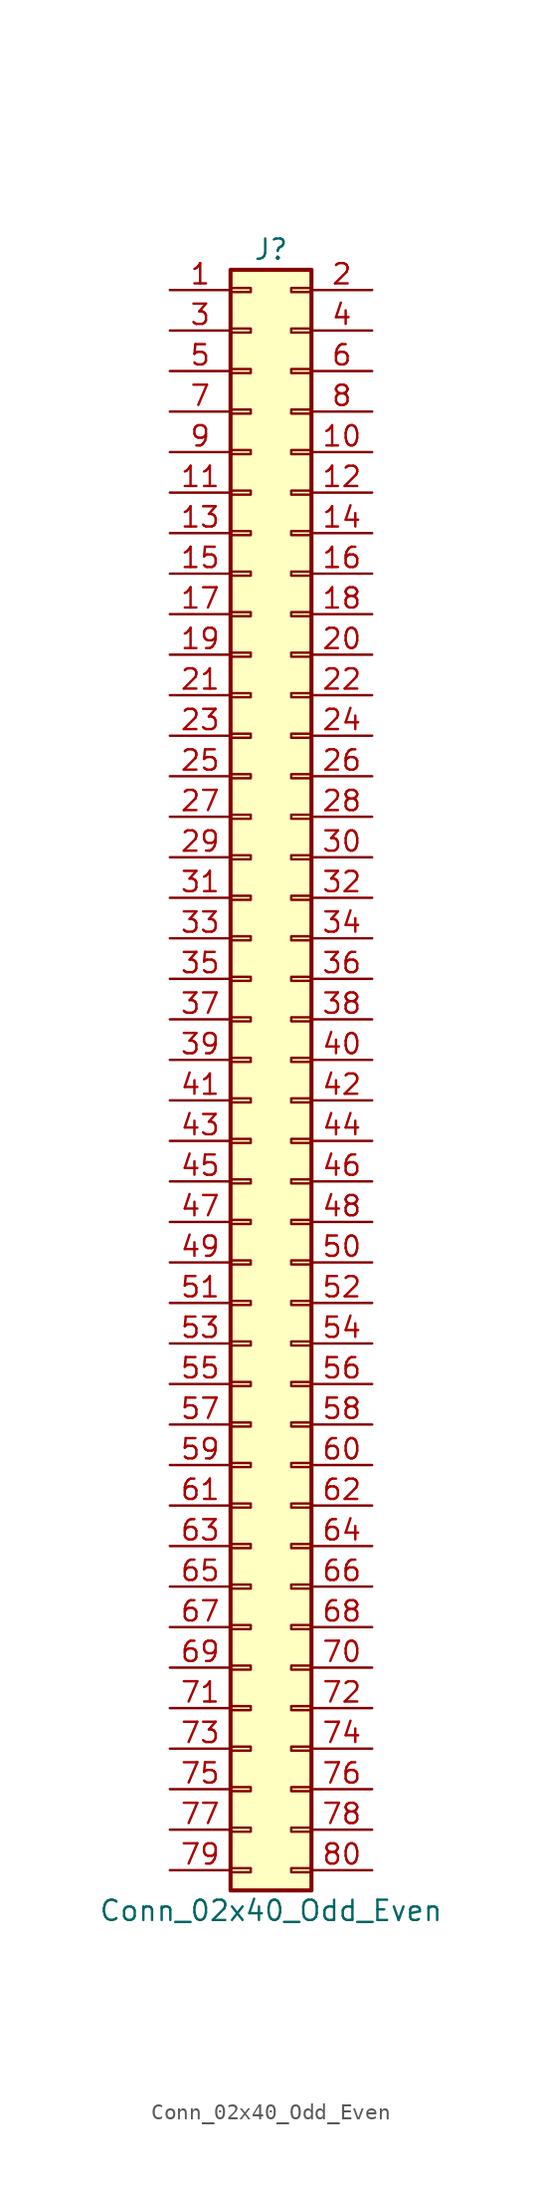
<source format=kicad_sym>
(kicad_symbol_lib
  (version 20220914)
  (generator kicad_symbol_editor)
  (symbol "Conn_02x40_Odd_Even"
    (pin_names
      (offset 1.016) hide)
    (property "Reference" "J"
      (at 1.27 50.8 0)
      (effects (font (size 1.27 1.27))))
    (property "Value" "Conn_02x40_Odd_Even"
      (at 1.27 -53.34 0)
      (effects (font (size 1.27 1.27))))
    (symbol "Conn_02x40_Odd_Even_1_1"
      (rectangle (start -1.27 -50.673) (end 0 -50.927) (stroke (width 0.152) (type solid)) (fill (type none)))
      (rectangle (start -1.27 -48.133) (end 0 -48.387) (stroke (width 0.152) (type solid)) (fill (type none)))
      (rectangle (start -1.27 -45.593) (end 0 -45.847) (stroke (width 0.152) (type solid)) (fill (type none)))
      (rectangle (start -1.27 -43.053) (end 0 -43.307) (stroke (width 0.152) (type solid)) (fill (type none)))
      (rectangle (start -1.27 -40.513) (end 0 -40.767) (stroke (width 0.152) (type solid)) (fill (type none)))
      (rectangle (start -1.27 -37.973) (end 0 -38.227) (stroke (width 0.152) (type solid)) (fill (type none)))
      (rectangle (start -1.27 -35.433) (end 0 -35.687) (stroke (width 0.152) (type solid)) (fill (type none)))
      (rectangle (start -1.27 -32.893) (end 0 -33.147) (stroke (width 0.152) (type solid)) (fill (type none)))
      (rectangle (start -1.27 -30.353) (end 0 -30.607) (stroke (width 0.152) (type solid)) (fill (type none)))
      (rectangle (start -1.27 -27.813) (end 0 -28.067) (stroke (width 0.152) (type solid)) (fill (type none)))
      (rectangle (start -1.27 -25.273) (end 0 -25.527) (stroke (width 0.152) (type solid)) (fill (type none)))
      (rectangle (start -1.27 -22.733) (end 0 -22.987) (stroke (width 0.152) (type solid)) (fill (type none)))
      (rectangle (start -1.27 -20.193) (end 0 -20.447) (stroke (width 0.152) (type solid)) (fill (type none)))
      (rectangle (start -1.27 -17.653) (end 0 -17.907) (stroke (width 0.152) (type solid)) (fill (type none)))
      (rectangle (start -1.27 -15.113) (end 0 -15.367) (stroke (width 0.152) (type solid)) (fill (type none)))
      (rectangle (start -1.27 -12.573) (end 0 -12.827) (stroke (width 0.152) (type solid)) (fill (type none)))
      (rectangle (start -1.27 -10.033) (end 0 -10.287) (stroke (width 0.152) (type solid)) (fill (type none)))
      (rectangle (start -1.27 -7.493) (end 0 -7.747) (stroke (width 0.152) (type solid)) (fill (type none)))
      (rectangle (start -1.27 -4.953) (end 0 -5.207) (stroke (width 0.152) (type solid)) (fill (type none)))
      (rectangle (start -1.27 -2.413) (end 0 -2.667) (stroke (width 0.152) (type solid)) (fill (type none)))
      (rectangle (start -1.27 0.127) (end 0 -0.127) (stroke (width 0.152) (type solid)) (fill (type none)))
      (rectangle (start -1.27 2.667) (end 0 2.413) (stroke (width 0.152) (type solid)) (fill (type none)))
      (rectangle (start -1.27 5.207) (end 0 4.953) (stroke (width 0.152) (type solid)) (fill (type none)))
      (rectangle (start -1.27 7.747) (end 0 7.493) (stroke (width 0.152) (type solid)) (fill (type none)))
      (rectangle (start -1.27 10.287) (end 0 10.033) (stroke (width 0.152) (type solid)) (fill (type none)))
      (rectangle (start -1.27 12.827) (end 0 12.573) (stroke (width 0.152) (type solid)) (fill (type none)))
      (rectangle (start -1.27 15.367) (end 0 15.113) (stroke (width 0.152) (type solid)) (fill (type none)))
      (rectangle (start -1.27 17.907) (end 0 17.653) (stroke (width 0.152) (type solid)) (fill (type none)))
      (rectangle (start -1.27 20.447) (end 0 20.193) (stroke (width 0.152) (type solid)) (fill (type none)))
      (rectangle (start -1.27 22.987) (end 0 22.733) (stroke (width 0.152) (type solid)) (fill (type none)))
      (rectangle (start -1.27 25.527) (end 0 25.273) (stroke (width 0.152) (type solid)) (fill (type none)))
      (rectangle (start -1.27 28.067) (end 0 27.813) (stroke (width 0.152) (type solid)) (fill (type none)))
      (rectangle (start -1.27 30.607) (end 0 30.353) (stroke (width 0.152) (type solid)) (fill (type none)))
      (rectangle (start -1.27 33.147) (end 0 32.893) (stroke (width 0.152) (type solid)) (fill (type none)))
      (rectangle (start -1.27 35.687) (end 0 35.433) (stroke (width 0.152) (type solid)) (fill (type none)))
      (rectangle (start -1.27 38.227) (end 0 37.973) (stroke (width 0.152) (type solid)) (fill (type none)))
      (rectangle (start -1.27 40.767) (end 0 40.513) (stroke (width 0.152) (type solid)) (fill (type none)))
      (rectangle (start -1.27 43.307) (end 0 43.053) (stroke (width 0.152) (type solid)) (fill (type none)))
      (rectangle (start -1.27 45.847) (end 0 45.593) (stroke (width 0.152) (type solid)) (fill (type none)))
      (rectangle (start -1.27 48.387) (end 0 48.133) (stroke (width 0.152) (type solid)) (fill (type none)))
      (rectangle (start -1.27 49.53) (end 3.81 -52.07) (stroke (width 0.254) (type solid)) (fill (type background)))
      (rectangle (start 3.81 -50.673) (end 2.54 -50.927) (stroke (width 0.152) (type solid)) (fill (type none)))
      (rectangle (start 3.81 -48.133) (end 2.54 -48.387) (stroke (width 0.152) (type solid)) (fill (type none)))
      (rectangle (start 3.81 -45.593) (end 2.54 -45.847) (stroke (width 0.152) (type solid)) (fill (type none)))
      (rectangle (start 3.81 -43.053) (end 2.54 -43.307) (stroke (width 0.152) (type solid)) (fill (type none)))
      (rectangle (start 3.81 -40.513) (end 2.54 -40.767) (stroke (width 0.152) (type solid)) (fill (type none)))
      (rectangle (start 3.81 -37.973) (end 2.54 -38.227) (stroke (width 0.152) (type solid)) (fill (type none)))
      (rectangle (start 3.81 -35.433) (end 2.54 -35.687) (stroke (width 0.152) (type solid)) (fill (type none)))
      (rectangle (start 3.81 -32.893) (end 2.54 -33.147) (stroke (width 0.152) (type solid)) (fill (type none)))
      (rectangle (start 3.81 -30.353) (end 2.54 -30.607) (stroke (width 0.152) (type solid)) (fill (type none)))
      (rectangle (start 3.81 -27.813) (end 2.54 -28.067) (stroke (width 0.152) (type solid)) (fill (type none)))
      (rectangle (start 3.81 -25.273) (end 2.54 -25.527) (stroke (width 0.152) (type solid)) (fill (type none)))
      (rectangle (start 3.81 -22.733) (end 2.54 -22.987) (stroke (width 0.152) (type solid)) (fill (type none)))
      (rectangle (start 3.81 -20.193) (end 2.54 -20.447) (stroke (width 0.152) (type solid)) (fill (type none)))
      (rectangle (start 3.81 -17.653) (end 2.54 -17.907) (stroke (width 0.152) (type solid)) (fill (type none)))
      (rectangle (start 3.81 -15.113) (end 2.54 -15.367) (stroke (width 0.152) (type solid)) (fill (type none)))
      (rectangle (start 3.81 -12.573) (end 2.54 -12.827) (stroke (width 0.152) (type solid)) (fill (type none)))
      (rectangle (start 3.81 -10.033) (end 2.54 -10.287) (stroke (width 0.152) (type solid)) (fill (type none)))
      (rectangle (start 3.81 -7.493) (end 2.54 -7.747) (stroke (width 0.152) (type solid)) (fill (type none)))
      (rectangle (start 3.81 -4.953) (end 2.54 -5.207) (stroke (width 0.152) (type solid)) (fill (type none)))
      (rectangle (start 3.81 -2.413) (end 2.54 -2.667) (stroke (width 0.152) (type solid)) (fill (type none)))
      (rectangle (start 3.81 0.127) (end 2.54 -0.127) (stroke (width 0.152) (type solid)) (fill (type none)))
      (rectangle (start 3.81 2.667) (end 2.54 2.413) (stroke (width 0.152) (type solid)) (fill (type none)))
      (rectangle (start 3.81 5.207) (end 2.54 4.953) (stroke (width 0.152) (type solid)) (fill (type none)))
      (rectangle (start 3.81 7.747) (end 2.54 7.493) (stroke (width 0.152) (type solid)) (fill (type none)))
      (rectangle (start 3.81 10.287) (end 2.54 10.033) (stroke (width 0.152) (type solid)) (fill (type none)))
      (rectangle (start 3.81 12.827) (end 2.54 12.573) (stroke (width 0.152) (type solid)) (fill (type none)))
      (rectangle (start 3.81 15.367) (end 2.54 15.113) (stroke (width 0.152) (type solid)) (fill (type none)))
      (rectangle (start 3.81 17.907) (end 2.54 17.653) (stroke (width 0.152) (type solid)) (fill (type none)))
      (rectangle (start 3.81 20.447) (end 2.54 20.193) (stroke (width 0.152) (type solid)) (fill (type none)))
      (rectangle (start 3.81 22.987) (end 2.54 22.733) (stroke (width 0.152) (type solid)) (fill (type none)))
      (rectangle (start 3.81 25.527) (end 2.54 25.273) (stroke (width 0.152) (type solid)) (fill (type none)))
      (rectangle (start 3.81 28.067) (end 2.54 27.813) (stroke (width 0.152) (type solid)) (fill (type none)))
      (rectangle (start 3.81 30.607) (end 2.54 30.353) (stroke (width 0.152) (type solid)) (fill (type none)))
      (rectangle (start 3.81 33.147) (end 2.54 32.893) (stroke (width 0.152) (type solid)) (fill (type none)))
      (rectangle (start 3.81 35.687) (end 2.54 35.433) (stroke (width 0.152) (type solid)) (fill (type none)))
      (rectangle (start 3.81 38.227) (end 2.54 37.973) (stroke (width 0.152) (type solid)) (fill (type none)))
      (rectangle (start 3.81 40.767) (end 2.54 40.513) (stroke (width 0.152) (type solid)) (fill (type none)))
      (rectangle (start 3.81 43.307) (end 2.54 43.053) (stroke (width 0.152) (type solid)) (fill (type none)))
      (rectangle (start 3.81 45.847) (end 2.54 45.593) (stroke (width 0.152) (type solid)) (fill (type none)))
      (rectangle (start 3.81 48.387) (end 2.54 48.133) (stroke (width 0.152) (type solid)) (fill (type none)))
      (pin passive line (at -5.08 48.26 0) (length 3.81) (name "Pin_1" (effects (font (size 1.27 1.27)))) (number "1" (effects (font (size 1.27 1.27)))))
      (pin passive line (at 7.62 38.1 180) (length 3.81) (name "Pin_10" (effects (font (size 1.27 1.27)))) (number "10" (effects (font (size 1.27 1.27)))))
      (pin passive line (at -5.08 35.56 0) (length 3.81) (name "Pin_11" (effects (font (size 1.27 1.27)))) (number "11" (effects (font (size 1.27 1.27)))))
      (pin passive line (at 7.62 35.56 180) (length 3.81) (name "Pin_12" (effects (font (size 1.27 1.27)))) (number "12" (effects (font (size 1.27 1.27)))))
      (pin passive line (at -5.08 33.02 0) (length 3.81) (name "Pin_13" (effects (font (size 1.27 1.27)))) (number "13" (effects (font (size 1.27 1.27)))))
      (pin passive line (at 7.62 33.02 180) (length 3.81) (name "Pin_14" (effects (font (size 1.27 1.27)))) (number "14" (effects (font (size 1.27 1.27)))))
      (pin passive line (at -5.08 30.48 0) (length 3.81) (name "Pin_15" (effects (font (size 1.27 1.27)))) (number "15" (effects (font (size 1.27 1.27)))))
      (pin passive line (at 7.62 30.48 180) (length 3.81) (name "Pin_16" (effects (font (size 1.27 1.27)))) (number "16" (effects (font (size 1.27 1.27)))))
      (pin passive line (at -5.08 27.94 0) (length 3.81) (name "Pin_17" (effects (font (size 1.27 1.27)))) (number "17" (effects (font (size 1.27 1.27)))))
      (pin passive line (at 7.62 27.94 180) (length 3.81) (name "Pin_18" (effects (font (size 1.27 1.27)))) (number "18" (effects (font (size 1.27 1.27)))))
      (pin passive line (at -5.08 25.4 0) (length 3.81) (name "Pin_19" (effects (font (size 1.27 1.27)))) (number "19" (effects (font (size 1.27 1.27)))))
      (pin passive line (at 7.62 48.26 180) (length 3.81) (name "Pin_2" (effects (font (size 1.27 1.27)))) (number "2" (effects (font (size 1.27 1.27)))))
      (pin passive line (at 7.62 25.4 180) (length 3.81) (name "Pin_20" (effects (font (size 1.27 1.27)))) (number "20" (effects (font (size 1.27 1.27)))))
      (pin passive line (at -5.08 22.86 0) (length 3.81) (name "Pin_21" (effects (font (size 1.27 1.27)))) (number "21" (effects (font (size 1.27 1.27)))))
      (pin passive line (at 7.62 22.86 180) (length 3.81) (name "Pin_22" (effects (font (size 1.27 1.27)))) (number "22" (effects (font (size 1.27 1.27)))))
      (pin passive line (at -5.08 20.32 0) (length 3.81) (name "Pin_23" (effects (font (size 1.27 1.27)))) (number "23" (effects (font (size 1.27 1.27)))))
      (pin passive line (at 7.62 20.32 180) (length 3.81) (name "Pin_24" (effects (font (size 1.27 1.27)))) (number "24" (effects (font (size 1.27 1.27)))))
      (pin passive line (at -5.08 17.78 0) (length 3.81) (name "Pin_25" (effects (font (size 1.27 1.27)))) (number "25" (effects (font (size 1.27 1.27)))))
      (pin passive line (at 7.62 17.78 180) (length 3.81) (name "Pin_26" (effects (font (size 1.27 1.27)))) (number "26" (effects (font (size 1.27 1.27)))))
      (pin passive line (at -5.08 15.24 0) (length 3.81) (name "Pin_27" (effects (font (size 1.27 1.27)))) (number "27" (effects (font (size 1.27 1.27)))))
      (pin passive line (at 7.62 15.24 180) (length 3.81) (name "Pin_28" (effects (font (size 1.27 1.27)))) (number "28" (effects (font (size 1.27 1.27)))))
      (pin passive line (at -5.08 12.7 0) (length 3.81) (name "Pin_29" (effects (font (size 1.27 1.27)))) (number "29" (effects (font (size 1.27 1.27)))))
      (pin passive line (at -5.08 45.72 0) (length 3.81) (name "Pin_3" (effects (font (size 1.27 1.27)))) (number "3" (effects (font (size 1.27 1.27)))))
      (pin passive line (at 7.62 12.7 180) (length 3.81) (name "Pin_30" (effects (font (size 1.27 1.27)))) (number "30" (effects (font (size 1.27 1.27)))))
      (pin passive line (at -5.08 10.16 0) (length 3.81) (name "Pin_31" (effects (font (size 1.27 1.27)))) (number "31" (effects (font (size 1.27 1.27)))))
      (pin passive line (at 7.62 10.16 180) (length 3.81) (name "Pin_32" (effects (font (size 1.27 1.27)))) (number "32" (effects (font (size 1.27 1.27)))))
      (pin passive line (at -5.08 7.62 0) (length 3.81) (name "Pin_33" (effects (font (size 1.27 1.27)))) (number "33" (effects (font (size 1.27 1.27)))))
      (pin passive line (at 7.62 7.62 180) (length 3.81) (name "Pin_34" (effects (font (size 1.27 1.27)))) (number "34" (effects (font (size 1.27 1.27)))))
      (pin passive line (at -5.08 5.08 0) (length 3.81) (name "Pin_35" (effects (font (size 1.27 1.27)))) (number "35" (effects (font (size 1.27 1.27)))))
      (pin passive line (at 7.62 5.08 180) (length 3.81) (name "Pin_36" (effects (font (size 1.27 1.27)))) (number "36" (effects (font (size 1.27 1.27)))))
      (pin passive line (at -5.08 2.54 0) (length 3.81) (name "Pin_37" (effects (font (size 1.27 1.27)))) (number "37" (effects (font (size 1.27 1.27)))))
      (pin passive line (at 7.62 2.54 180) (length 3.81) (name "Pin_38" (effects (font (size 1.27 1.27)))) (number "38" (effects (font (size 1.27 1.27)))))
      (pin passive line (at -5.08 0 0) (length 3.81) (name "Pin_39" (effects (font (size 1.27 1.27)))) (number "39" (effects (font (size 1.27 1.27)))))
      (pin passive line (at 7.62 45.72 180) (length 3.81) (name "Pin_4" (effects (font (size 1.27 1.27)))) (number "4" (effects (font (size 1.27 1.27)))))
      (pin passive line (at 7.62 0 180) (length 3.81) (name "Pin_40" (effects (font (size 1.27 1.27)))) (number "40" (effects (font (size 1.27 1.27)))))
      (pin passive line (at -5.08 -2.54 0) (length 3.81) (name "Pin_41" (effects (font (size 1.27 1.27)))) (number "41" (effects (font (size 1.27 1.27)))))
      (pin passive line (at 7.62 -2.54 180) (length 3.81) (name "Pin_42" (effects (font (size 1.27 1.27)))) (number "42" (effects (font (size 1.27 1.27)))))
      (pin passive line (at -5.08 -5.08 0) (length 3.81) (name "Pin_43" (effects (font (size 1.27 1.27)))) (number "43" (effects (font (size 1.27 1.27)))))
      (pin passive line (at 7.62 -5.08 180) (length 3.81) (name "Pin_44" (effects (font (size 1.27 1.27)))) (number "44" (effects (font (size 1.27 1.27)))))
      (pin passive line (at -5.08 -7.62 0) (length 3.81) (name "Pin_45" (effects (font (size 1.27 1.27)))) (number "45" (effects (font (size 1.27 1.27)))))
      (pin passive line (at 7.62 -7.62 180) (length 3.81) (name "Pin_46" (effects (font (size 1.27 1.27)))) (number "46" (effects (font (size 1.27 1.27)))))
      (pin passive line (at -5.08 -10.16 0) (length 3.81) (name "Pin_47" (effects (font (size 1.27 1.27)))) (number "47" (effects (font (size 1.27 1.27)))))
      (pin passive line (at 7.62 -10.16 180) (length 3.81) (name "Pin_48" (effects (font (size 1.27 1.27)))) (number "48" (effects (font (size 1.27 1.27)))))
      (pin passive line (at -5.08 -12.7 0) (length 3.81) (name "Pin_49" (effects (font (size 1.27 1.27)))) (number "49" (effects (font (size 1.27 1.27)))))
      (pin passive line (at -5.08 43.18 0) (length 3.81) (name "Pin_5" (effects (font (size 1.27 1.27)))) (number "5" (effects (font (size 1.27 1.27)))))
      (pin passive line (at 7.62 -12.7 180) (length 3.81) (name "Pin_50" (effects (font (size 1.27 1.27)))) (number "50" (effects (font (size 1.27 1.27)))))
      (pin passive line (at -5.08 -15.24 0) (length 3.81) (name "Pin_51" (effects (font (size 1.27 1.27)))) (number "51" (effects (font (size 1.27 1.27)))))
      (pin passive line (at 7.62 -15.24 180) (length 3.81) (name "Pin_52" (effects (font (size 1.27 1.27)))) (number "52" (effects (font (size 1.27 1.27)))))
      (pin passive line (at -5.08 -17.78 0) (length 3.81) (name "Pin_53" (effects (font (size 1.27 1.27)))) (number "53" (effects (font (size 1.27 1.27)))))
      (pin passive line (at 7.62 -17.78 180) (length 3.81) (name "Pin_54" (effects (font (size 1.27 1.27)))) (number "54" (effects (font (size 1.27 1.27)))))
      (pin passive line (at -5.08 -20.32 0) (length 3.81) (name "Pin_55" (effects (font (size 1.27 1.27)))) (number "55" (effects (font (size 1.27 1.27)))))
      (pin passive line (at 7.62 -20.32 180) (length 3.81) (name "Pin_56" (effects (font (size 1.27 1.27)))) (number "56" (effects (font (size 1.27 1.27)))))
      (pin passive line (at -5.08 -22.86 0) (length 3.81) (name "Pin_57" (effects (font (size 1.27 1.27)))) (number "57" (effects (font (size 1.27 1.27)))))
      (pin passive line (at 7.62 -22.86 180) (length 3.81) (name "Pin_58" (effects (font (size 1.27 1.27)))) (number "58" (effects (font (size 1.27 1.27)))))
      (pin passive line (at -5.08 -25.4 0) (length 3.81) (name "Pin_59" (effects (font (size 1.27 1.27)))) (number "59" (effects (font (size 1.27 1.27)))))
      (pin passive line (at 7.62 43.18 180) (length 3.81) (name "Pin_6" (effects (font (size 1.27 1.27)))) (number "6" (effects (font (size 1.27 1.27)))))
      (pin passive line (at 7.62 -25.4 180) (length 3.81) (name "Pin_60" (effects (font (size 1.27 1.27)))) (number "60" (effects (font (size 1.27 1.27)))))
      (pin passive line (at -5.08 -27.94 0) (length 3.81) (name "Pin_61" (effects (font (size 1.27 1.27)))) (number "61" (effects (font (size 1.27 1.27)))))
      (pin passive line (at 7.62 -27.94 180) (length 3.81) (name "Pin_62" (effects (font (size 1.27 1.27)))) (number "62" (effects (font (size 1.27 1.27)))))
      (pin passive line (at -5.08 -30.48 0) (length 3.81) (name "Pin_63" (effects (font (size 1.27 1.27)))) (number "63" (effects (font (size 1.27 1.27)))))
      (pin passive line (at 7.62 -30.48 180) (length 3.81) (name "Pin_64" (effects (font (size 1.27 1.27)))) (number "64" (effects (font (size 1.27 1.27)))))
      (pin passive line (at -5.08 -33.02 0) (length 3.81) (name "Pin_65" (effects (font (size 1.27 1.27)))) (number "65" (effects (font (size 1.27 1.27)))))
      (pin passive line (at 7.62 -33.02 180) (length 3.81) (name "Pin_66" (effects (font (size 1.27 1.27)))) (number "66" (effects (font (size 1.27 1.27)))))
      (pin passive line (at -5.08 -35.56 0) (length 3.81) (name "Pin_67" (effects (font (size 1.27 1.27)))) (number "67" (effects (font (size 1.27 1.27)))))
      (pin passive line (at 7.62 -35.56 180) (length 3.81) (name "Pin_68" (effects (font (size 1.27 1.27)))) (number "68" (effects (font (size 1.27 1.27)))))
      (pin passive line (at -5.08 -38.1 0) (length 3.81) (name "Pin_69" (effects (font (size 1.27 1.27)))) (number "69" (effects (font (size 1.27 1.27)))))
      (pin passive line (at -5.08 40.64 0) (length 3.81) (name "Pin_7" (effects (font (size 1.27 1.27)))) (number "7" (effects (font (size 1.27 1.27)))))
      (pin passive line (at 7.62 -38.1 180) (length 3.81) (name "Pin_70" (effects (font (size 1.27 1.27)))) (number "70" (effects (font (size 1.27 1.27)))))
      (pin passive line (at -5.08 -40.64 0) (length 3.81) (name "Pin_71" (effects (font (size 1.27 1.27)))) (number "71" (effects (font (size 1.27 1.27)))))
      (pin passive line (at 7.62 -40.64 180) (length 3.81) (name "Pin_72" (effects (font (size 1.27 1.27)))) (number "72" (effects (font (size 1.27 1.27)))))
      (pin passive line (at -5.08 -43.18 0) (length 3.81) (name "Pin_73" (effects (font (size 1.27 1.27)))) (number "73" (effects (font (size 1.27 1.27)))))
      (pin passive line (at 7.62 -43.18 180) (length 3.81) (name "Pin_74" (effects (font (size 1.27 1.27)))) (number "74" (effects (font (size 1.27 1.27)))))
      (pin passive line (at -5.08 -45.72 0) (length 3.81) (name "Pin_75" (effects (font (size 1.27 1.27)))) (number "75" (effects (font (size 1.27 1.27)))))
      (pin passive line (at 7.62 -45.72 180) (length 3.81) (name "Pin_76" (effects (font (size 1.27 1.27)))) (number "76" (effects (font (size 1.27 1.27)))))
      (pin passive line (at -5.08 -48.26 0) (length 3.81) (name "Pin_77" (effects (font (size 1.27 1.27)))) (number "77" (effects (font (size 1.27 1.27)))))
      (pin passive line (at 7.62 -48.26 180) (length 3.81) (name "Pin_78" (effects (font (size 1.27 1.27)))) (number "78" (effects (font (size 1.27 1.27)))))
      (pin passive line (at -5.08 -50.8 0) (length 3.81) (name "Pin_79" (effects (font (size 1.27 1.27)))) (number "79" (effects (font (size 1.27 1.27)))))
      (pin passive line (at 7.62 40.64 180) (length 3.81) (name "Pin_8" (effects (font (size 1.27 1.27)))) (number "8" (effects (font (size 1.27 1.27)))))
      (pin passive line (at 7.62 -50.8 180) (length 3.81) (name "Pin_80" (effects (font (size 1.27 1.27)))) (number "80" (effects (font (size 1.27 1.27)))))
      (pin passive line (at -5.08 38.1 0) (length 3.81) (name "Pin_9" (effects (font (size 1.27 1.27)))) (number "9" (effects (font (size 1.27 1.27))))))))
</source>
